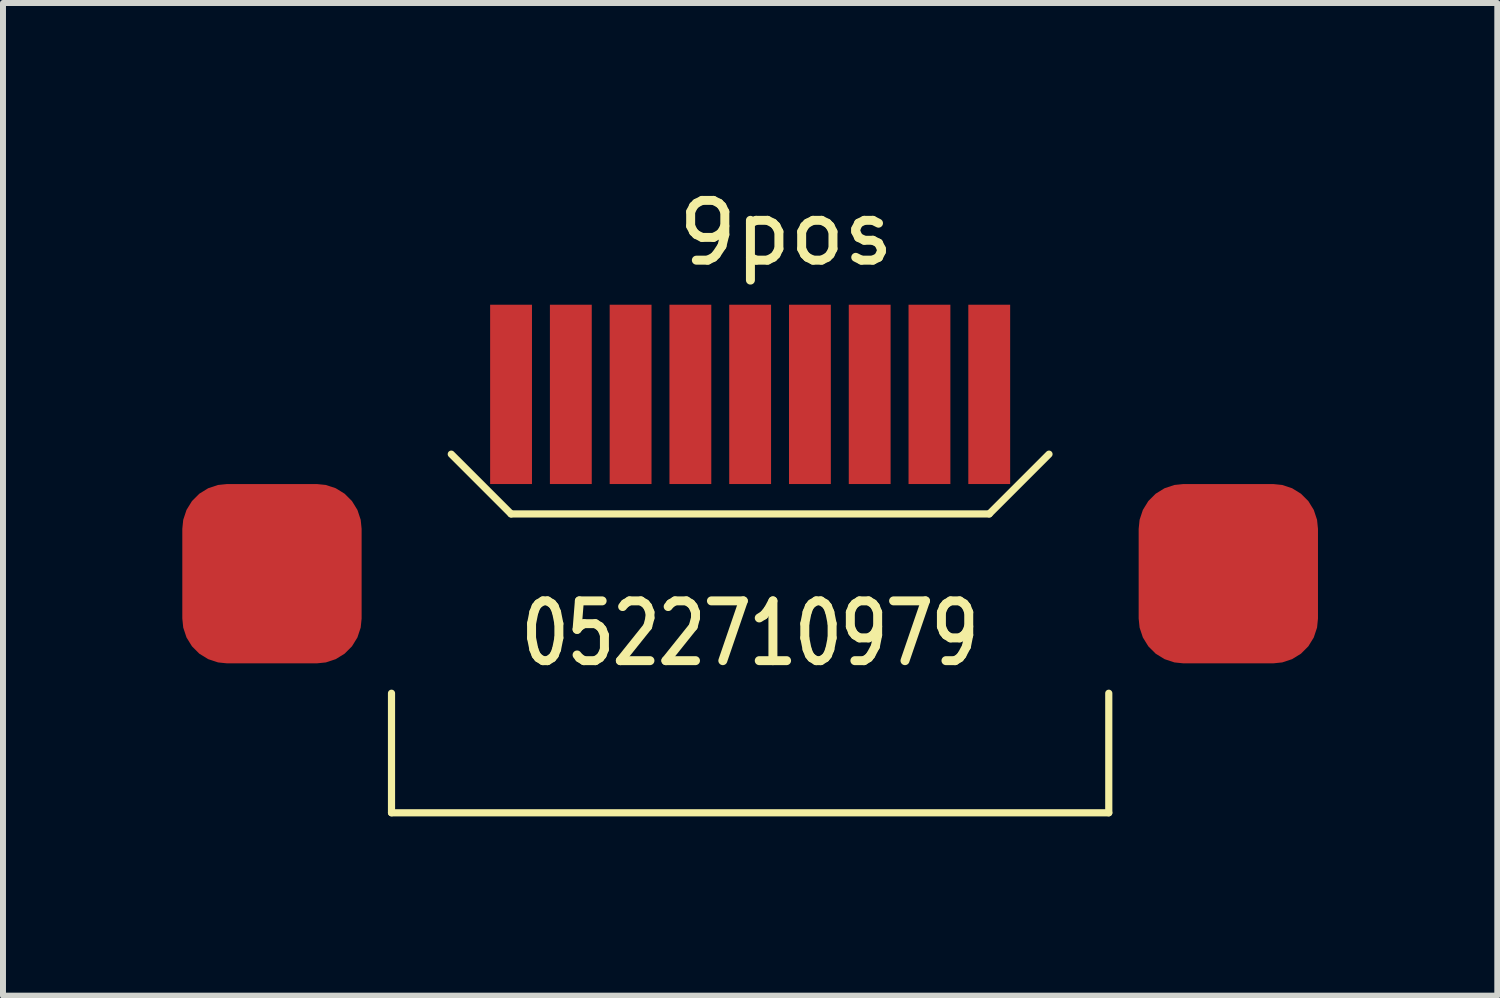
<source format=kicad_pcb>
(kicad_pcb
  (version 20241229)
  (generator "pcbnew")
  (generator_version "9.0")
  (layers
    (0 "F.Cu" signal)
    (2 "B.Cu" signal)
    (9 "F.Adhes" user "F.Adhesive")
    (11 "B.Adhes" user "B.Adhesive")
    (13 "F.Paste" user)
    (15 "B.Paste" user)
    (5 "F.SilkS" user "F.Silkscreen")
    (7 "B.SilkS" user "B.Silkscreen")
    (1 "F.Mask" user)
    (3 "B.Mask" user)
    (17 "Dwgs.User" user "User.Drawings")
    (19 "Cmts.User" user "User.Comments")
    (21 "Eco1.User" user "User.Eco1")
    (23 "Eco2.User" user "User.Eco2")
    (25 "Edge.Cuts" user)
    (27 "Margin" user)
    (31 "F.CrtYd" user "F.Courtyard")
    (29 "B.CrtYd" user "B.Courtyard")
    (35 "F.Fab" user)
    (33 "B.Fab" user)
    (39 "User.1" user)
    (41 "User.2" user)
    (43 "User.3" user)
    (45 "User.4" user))
  (footprint "9pos"
    (layer "F.Cu")
    (at 5.5 3.548)
    (property "Reference" "9pos" (at 4.6 -2.7 0) (layer "F.SilkS") (effects (font (size 1 1) (thickness 0.15))))
    (attr through_hole)
    (fp_line (start -2 5) (end -2 7) (stroke (width 0.12) (type solid)) (layer "F.SilkS"))
    (fp_line (start -2 7) (end 10 7) (stroke (width 0.12) (type solid)) (layer "F.SilkS"))
    (fp_line (start 0 2) (end -1 1) (stroke (width 0.12) (type solid)) (layer "F.SilkS"))
    (fp_line (start 8 2) (end 0 2) (stroke (width 0.12) (type solid)) (layer "F.SilkS"))
    (fp_line (start 8 2) (end 9 1) (stroke (width 0.12) (type solid)) (layer "F.SilkS"))
    (fp_line (start 10 7) (end 10 5) (stroke (width 0.12) (type solid)) (layer "F.SilkS"))
    (fp_text user "0522710979" (at 4 4 0) (layer "F.SilkS") (effects (font (size 1 0.8) (thickness 0.15))))
    (pad "1" smd rect (at 0 0) (size 0.7 3) (layers "F.Cu" "F.Mask" "F.Paste"))
    (pad "2" smd rect (at 1 0) (size 0.7 3) (layers "F.Cu" "F.Mask" "F.Paste"))
    (pad "3" smd rect (at 2 0) (size 0.7 3) (layers "F.Cu" "F.Mask" "F.Paste"))
    (pad "4" smd rect (at 3 0) (size 0.7 3) (layers "F.Cu" "F.Mask" "F.Paste"))
    (pad "5" smd rect (at 4 0) (size 0.7 3) (layers "F.Cu" "F.Mask" "F.Paste"))
    (pad "6" smd rect (at 5 0) (size 0.7 3) (layers "F.Cu" "F.Mask" "F.Paste"))
    (pad "7" smd rect (at 6 0) (size 0.7 3) (layers "F.Cu" "F.Mask" "F.Paste"))
    (pad "8" smd rect (at 7 0) (size 0.7 3) (layers "F.Cu" "F.Mask" "F.Paste"))
    (pad "9" smd rect (at 8 0) (size 0.7 3) (layers "F.Cu" "F.Mask" "F.Paste"))
    (pad "10" smd roundrect (at -4 3) (size 3 3) (layers "F.Cu" "F.Mask" "F.Paste") (roundrect_rratio 0.25))
    (pad "10" smd roundrect (at 12 3) (size 3 3) (layers "F.Cu" "F.Mask" "F.Paste") (roundrect_rratio 0.25)))
  (gr_rect
    (start -3 -3)
    (end 22 13.608)
    (stroke (width 0.1) (type default))
    (fill no)
    (layer "Edge.Cuts")))
</source>
